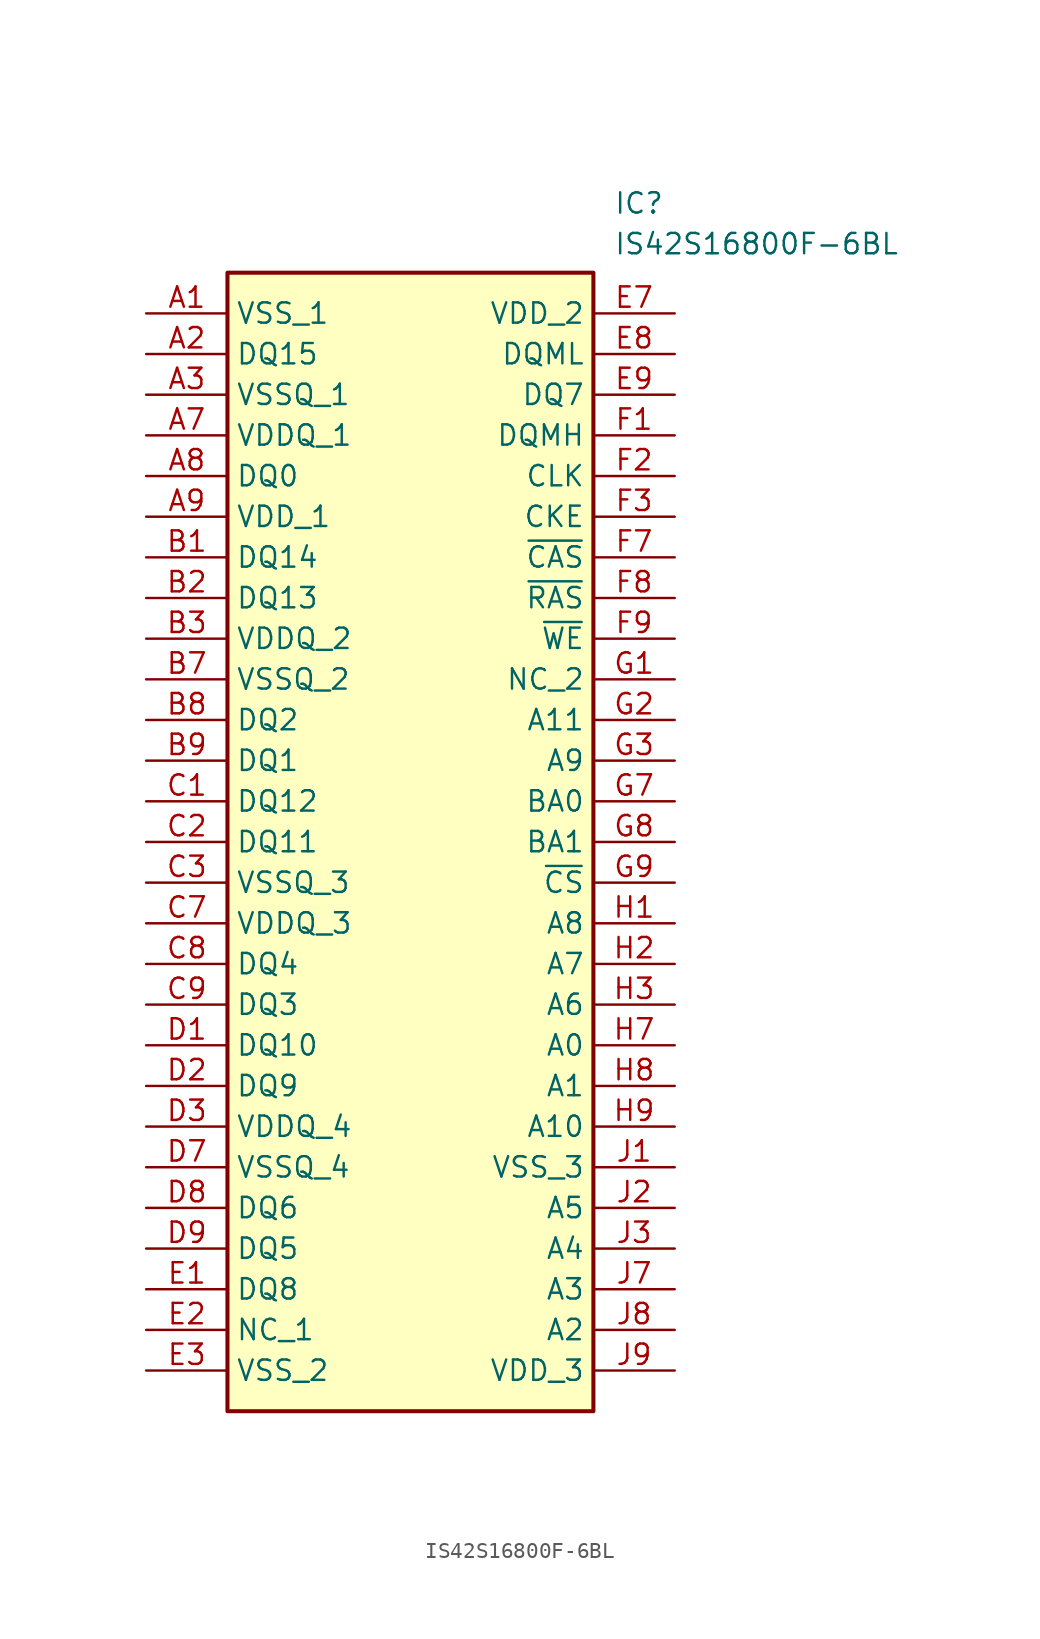
<source format=kicad_sym>
(kicad_symbol_lib
  (version 20211014)
  (generator SamacSys_ECAD_Model)
  (symbol "IS42S16800F-6BL"
    (property "Reference" "IC"
      (at 29.21 7.62 0)
      (effects (font (size 1.27 1.27)) (justify left top)))
    (property "Value" "IS42S16800F-6BL"
      (at 29.21 5.08 0)
      (effects (font (size 1.27 1.27)) (justify left top)))
    (rectangle
      (start 5.08 2.54)
      (end 27.94 -68.58)
      (stroke (width 0.254) (type default))
      (fill (type background)))
    (pin passive line
      (at 0 0 0)
      (length 5.08)
      (name "VSS_1" (effects (font (size 1.27 1.27))))
      (number "A1" (effects (font (size 1.27 1.27)))))
    (pin passive line
      (at 0 -2.54 0)
      (length 5.08)
      (name "DQ15" (effects (font (size 1.27 1.27))))
      (number "A2" (effects (font (size 1.27 1.27)))))
    (pin passive line
      (at 0 -5.08 0)
      (length 5.08)
      (name "VSSQ_1" (effects (font (size 1.27 1.27))))
      (number "A3" (effects (font (size 1.27 1.27)))))
    (pin passive line
      (at 0 -7.62 0)
      (length 5.08)
      (name "VDDQ_1" (effects (font (size 1.27 1.27))))
      (number "A7" (effects (font (size 1.27 1.27)))))
    (pin passive line
      (at 0 -10.16 0)
      (length 5.08)
      (name "DQ0" (effects (font (size 1.27 1.27))))
      (number "A8" (effects (font (size 1.27 1.27)))))
    (pin passive line
      (at 0 -12.7 0)
      (length 5.08)
      (name "VDD_1" (effects (font (size 1.27 1.27))))
      (number "A9" (effects (font (size 1.27 1.27)))))
    (pin passive line
      (at 0 -15.24 0)
      (length 5.08)
      (name "DQ14" (effects (font (size 1.27 1.27))))
      (number "B1" (effects (font (size 1.27 1.27)))))
    (pin passive line
      (at 0 -17.78 0)
      (length 5.08)
      (name "DQ13" (effects (font (size 1.27 1.27))))
      (number "B2" (effects (font (size 1.27 1.27)))))
    (pin passive line
      (at 0 -20.32 0)
      (length 5.08)
      (name "VDDQ_2" (effects (font (size 1.27 1.27))))
      (number "B3" (effects (font (size 1.27 1.27)))))
    (pin passive line
      (at 0 -22.86 0)
      (length 5.08)
      (name "VSSQ_2" (effects (font (size 1.27 1.27))))
      (number "B7" (effects (font (size 1.27 1.27)))))
    (pin passive line
      (at 0 -25.4 0)
      (length 5.08)
      (name "DQ2" (effects (font (size 1.27 1.27))))
      (number "B8" (effects (font (size 1.27 1.27)))))
    (pin passive line
      (at 0 -27.94 0)
      (length 5.08)
      (name "DQ1" (effects (font (size 1.27 1.27))))
      (number "B9" (effects (font (size 1.27 1.27)))))
    (pin passive line
      (at 0 -30.48 0)
      (length 5.08)
      (name "DQ12" (effects (font (size 1.27 1.27))))
      (number "C1" (effects (font (size 1.27 1.27)))))
    (pin passive line
      (at 0 -33.02 0)
      (length 5.08)
      (name "DQ11" (effects (font (size 1.27 1.27))))
      (number "C2" (effects (font (size 1.27 1.27)))))
    (pin passive line
      (at 0 -35.56 0)
      (length 5.08)
      (name "VSSQ_3" (effects (font (size 1.27 1.27))))
      (number "C3" (effects (font (size 1.27 1.27)))))
    (pin passive line
      (at 0 -38.1 0)
      (length 5.08)
      (name "VDDQ_3" (effects (font (size 1.27 1.27))))
      (number "C7" (effects (font (size 1.27 1.27)))))
    (pin passive line
      (at 0 -40.64 0)
      (length 5.08)
      (name "DQ4" (effects (font (size 1.27 1.27))))
      (number "C8" (effects (font (size 1.27 1.27)))))
    (pin passive line
      (at 0 -43.18 0)
      (length 5.08)
      (name "DQ3" (effects (font (size 1.27 1.27))))
      (number "C9" (effects (font (size 1.27 1.27)))))
    (pin passive line
      (at 0 -45.72 0)
      (length 5.08)
      (name "DQ10" (effects (font (size 1.27 1.27))))
      (number "D1" (effects (font (size 1.27 1.27)))))
    (pin passive line
      (at 0 -48.26 0)
      (length 5.08)
      (name "DQ9" (effects (font (size 1.27 1.27))))
      (number "D2" (effects (font (size 1.27 1.27)))))
    (pin passive line
      (at 0 -50.8 0)
      (length 5.08)
      (name "VDDQ_4" (effects (font (size 1.27 1.27))))
      (number "D3" (effects (font (size 1.27 1.27)))))
    (pin passive line
      (at 0 -53.34 0)
      (length 5.08)
      (name "VSSQ_4" (effects (font (size 1.27 1.27))))
      (number "D7" (effects (font (size 1.27 1.27)))))
    (pin passive line
      (at 0 -55.88 0)
      (length 5.08)
      (name "DQ6" (effects (font (size 1.27 1.27))))
      (number "D8" (effects (font (size 1.27 1.27)))))
    (pin passive line
      (at 0 -58.42 0)
      (length 5.08)
      (name "DQ5" (effects (font (size 1.27 1.27))))
      (number "D9" (effects (font (size 1.27 1.27)))))
    (pin passive line
      (at 0 -60.96 0)
      (length 5.08)
      (name "DQ8" (effects (font (size 1.27 1.27))))
      (number "E1" (effects (font (size 1.27 1.27)))))
    (pin passive line
      (at 0 -63.5 0)
      (length 5.08)
      (name "NC_1" (effects (font (size 1.27 1.27))))
      (number "E2" (effects (font (size 1.27 1.27)))))
    (pin passive line
      (at 0 -66.04 0)
      (length 5.08)
      (name "VSS_2" (effects (font (size 1.27 1.27))))
      (number "E3" (effects (font (size 1.27 1.27)))))
    (pin passive line
      (at 33.02 0 180)
      (length 5.08)
      (name "VDD_2" (effects (font (size 1.27 1.27))))
      (number "E7" (effects (font (size 1.27 1.27)))))
    (pin passive line
      (at 33.02 -2.54 180)
      (length 5.08)
      (name "DQML" (effects (font (size 1.27 1.27))))
      (number "E8" (effects (font (size 1.27 1.27)))))
    (pin passive line
      (at 33.02 -5.08 180)
      (length 5.08)
      (name "DQ7" (effects (font (size 1.27 1.27))))
      (number "E9" (effects (font (size 1.27 1.27)))))
    (pin passive line
      (at 33.02 -7.62 180)
      (length 5.08)
      (name "DQMH" (effects (font (size 1.27 1.27))))
      (number "F1" (effects (font (size 1.27 1.27)))))
    (pin passive line
      (at 33.02 -10.16 180)
      (length 5.08)
      (name "CLK" (effects (font (size 1.27 1.27))))
      (number "F2" (effects (font (size 1.27 1.27)))))
    (pin passive line
      (at 33.02 -12.7 180)
      (length 5.08)
      (name "CKE" (effects (font (size 1.27 1.27))))
      (number "F3" (effects (font (size 1.27 1.27)))))
    (pin passive line
      (at 33.02 -15.24 180)
      (length 5.08)
      (name "~{CAS}" (effects (font (size 1.27 1.27))))
      (number "F7" (effects (font (size 1.27 1.27)))))
    (pin passive line
      (at 33.02 -17.78 180)
      (length 5.08)
      (name "~{RAS}" (effects (font (size 1.27 1.27))))
      (number "F8" (effects (font (size 1.27 1.27)))))
    (pin passive line
      (at 33.02 -20.32 180)
      (length 5.08)
      (name "~{WE}" (effects (font (size 1.27 1.27))))
      (number "F9" (effects (font (size 1.27 1.27)))))
    (pin passive line
      (at 33.02 -22.86 180)
      (length 5.08)
      (name "NC_2" (effects (font (size 1.27 1.27))))
      (number "G1" (effects (font (size 1.27 1.27)))))
    (pin passive line
      (at 33.02 -25.4 180)
      (length 5.08)
      (name "A11" (effects (font (size 1.27 1.27))))
      (number "G2" (effects (font (size 1.27 1.27)))))
    (pin passive line
      (at 33.02 -27.94 180)
      (length 5.08)
      (name "A9" (effects (font (size 1.27 1.27))))
      (number "G3" (effects (font (size 1.27 1.27)))))
    (pin passive line
      (at 33.02 -30.48 180)
      (length 5.08)
      (name "BA0" (effects (font (size 1.27 1.27))))
      (number "G7" (effects (font (size 1.27 1.27)))))
    (pin passive line
      (at 33.02 -33.02 180)
      (length 5.08)
      (name "BA1" (effects (font (size 1.27 1.27))))
      (number "G8" (effects (font (size 1.27 1.27)))))
    (pin passive line
      (at 33.02 -35.56 180)
      (length 5.08)
      (name "~{CS}" (effects (font (size 1.27 1.27))))
      (number "G9" (effects (font (size 1.27 1.27)))))
    (pin passive line
      (at 33.02 -38.1 180)
      (length 5.08)
      (name "A8" (effects (font (size 1.27 1.27))))
      (number "H1" (effects (font (size 1.27 1.27)))))
    (pin passive line
      (at 33.02 -40.64 180)
      (length 5.08)
      (name "A7" (effects (font (size 1.27 1.27))))
      (number "H2" (effects (font (size 1.27 1.27)))))
    (pin passive line
      (at 33.02 -43.18 180)
      (length 5.08)
      (name "A6" (effects (font (size 1.27 1.27))))
      (number "H3" (effects (font (size 1.27 1.27)))))
    (pin passive line
      (at 33.02 -45.72 180)
      (length 5.08)
      (name "A0" (effects (font (size 1.27 1.27))))
      (number "H7" (effects (font (size 1.27 1.27)))))
    (pin passive line
      (at 33.02 -48.26 180)
      (length 5.08)
      (name "A1" (effects (font (size 1.27 1.27))))
      (number "H8" (effects (font (size 1.27 1.27)))))
    (pin passive line
      (at 33.02 -50.8 180)
      (length 5.08)
      (name "A10" (effects (font (size 1.27 1.27))))
      (number "H9" (effects (font (size 1.27 1.27)))))
    (pin passive line
      (at 33.02 -53.34 180)
      (length 5.08)
      (name "VSS_3" (effects (font (size 1.27 1.27))))
      (number "J1" (effects (font (size 1.27 1.27)))))
    (pin passive line
      (at 33.02 -55.88 180)
      (length 5.08)
      (name "A5" (effects (font (size 1.27 1.27))))
      (number "J2" (effects (font (size 1.27 1.27)))))
    (pin passive line
      (at 33.02 -58.42 180)
      (length 5.08)
      (name "A4" (effects (font (size 1.27 1.27))))
      (number "J3" (effects (font (size 1.27 1.27)))))
    (pin passive line
      (at 33.02 -60.96 180)
      (length 5.08)
      (name "A3" (effects (font (size 1.27 1.27))))
      (number "J7" (effects (font (size 1.27 1.27)))))
    (pin passive line
      (at 33.02 -63.5 180)
      (length 5.08)
      (name "A2" (effects (font (size 1.27 1.27))))
      (number "J8" (effects (font (size 1.27 1.27)))))
    (pin passive line
      (at 33.02 -66.04 180)
      (length 5.08)
      (name "VDD_3" (effects (font (size 1.27 1.27))))
      (number "J9" (effects (font (size 1.27 1.27)))))))
</source>
